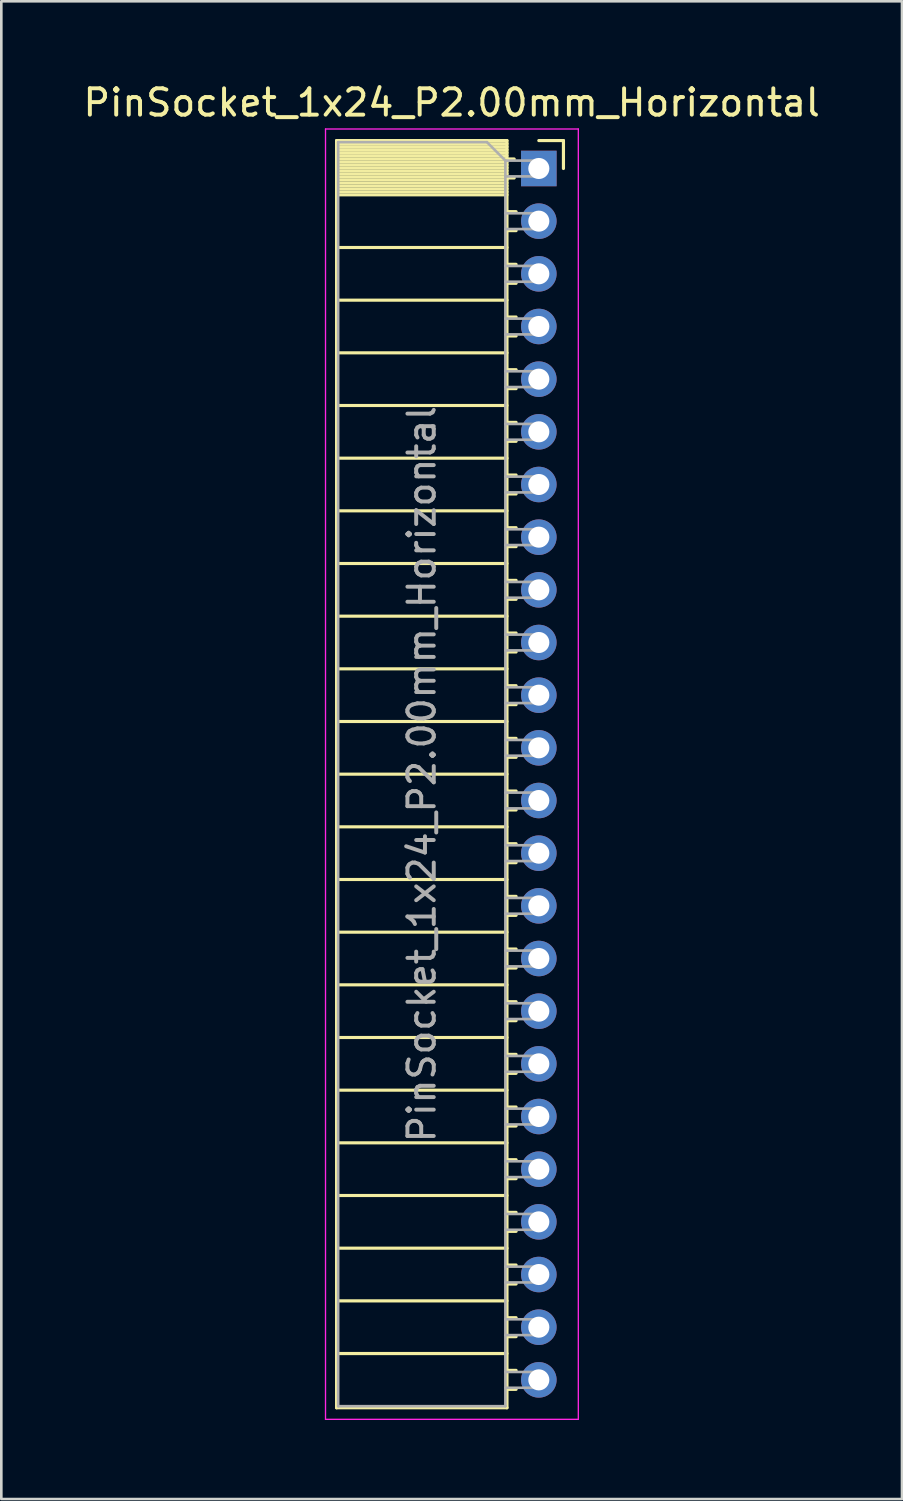
<source format=kicad_pcb>
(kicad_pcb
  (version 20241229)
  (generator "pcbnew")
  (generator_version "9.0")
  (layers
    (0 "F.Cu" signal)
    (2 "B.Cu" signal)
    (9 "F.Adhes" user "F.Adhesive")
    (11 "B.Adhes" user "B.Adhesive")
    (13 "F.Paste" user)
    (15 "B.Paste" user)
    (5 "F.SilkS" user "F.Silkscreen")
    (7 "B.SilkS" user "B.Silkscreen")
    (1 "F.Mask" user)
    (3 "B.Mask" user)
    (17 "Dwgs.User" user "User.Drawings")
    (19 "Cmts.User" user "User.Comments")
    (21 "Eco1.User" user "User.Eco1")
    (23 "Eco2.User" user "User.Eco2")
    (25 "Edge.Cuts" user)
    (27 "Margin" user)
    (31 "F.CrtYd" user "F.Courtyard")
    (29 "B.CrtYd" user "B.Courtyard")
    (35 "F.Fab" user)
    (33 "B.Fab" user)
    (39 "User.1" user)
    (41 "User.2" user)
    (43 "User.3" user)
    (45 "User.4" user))
  (footprint "PinSocket_1x24_P2.00mm_Horizontal"
    (layer "F.Cu")
    (at 17.411 3.348)
    (property "Reference" "PinSocket_1x24_P2.00mm_Horizontal" (at -3.31 -2.5 0) (layer "F.SilkS") (effects (font (size 1 1) (thickness 0.15))))
    (attr through_hole)
    (fp_line (start -7.68 -1.06) (end -7.68 47.06) (stroke (width 0.12) (type solid)) (layer "F.SilkS"))
    (fp_line (start -7.68 -1.06) (end -1.21 -1.06) (stroke (width 0.12) (type solid)) (layer "F.SilkS"))
    (fp_line (start -7.68 -0.94) (end -1.21 -0.94) (stroke (width 0.12) (type solid)) (layer "F.SilkS"))
    (fp_line (start -7.68 -0.826) (end -1.21 -0.826) (stroke (width 0.12) (type solid)) (layer "F.SilkS"))
    (fp_line (start -7.68 -0.712) (end -1.21 -0.712) (stroke (width 0.12) (type solid)) (layer "F.SilkS"))
    (fp_line (start -7.68 -0.598) (end -1.21 -0.598) (stroke (width 0.12) (type solid)) (layer "F.SilkS"))
    (fp_line (start -7.68 -0.484) (end -1.21 -0.484) (stroke (width 0.12) (type solid)) (layer "F.SilkS"))
    (fp_line (start -7.68 -0.369) (end -1.21 -0.369) (stroke (width 0.12) (type solid)) (layer "F.SilkS"))
    (fp_line (start -7.68 -0.255) (end -1.21 -0.255) (stroke (width 0.12) (type solid)) (layer "F.SilkS"))
    (fp_line (start -7.68 -0.141) (end -1.21 -0.141) (stroke (width 0.12) (type solid)) (layer "F.SilkS"))
    (fp_line (start -7.68 -0.027) (end -1.21 -0.027) (stroke (width 0.12) (type solid)) (layer "F.SilkS"))
    (fp_line (start -7.68 0.087) (end -1.21 0.087) (stroke (width 0.12) (type solid)) (layer "F.SilkS"))
    (fp_line (start -7.68 0.201) (end -1.21 0.201) (stroke (width 0.12) (type solid)) (layer "F.SilkS"))
    (fp_line (start -7.68 0.315) (end -1.21 0.315) (stroke (width 0.12) (type solid)) (layer "F.SilkS"))
    (fp_line (start -7.68 0.429) (end -1.21 0.429) (stroke (width 0.12) (type solid)) (layer "F.SilkS"))
    (fp_line (start -7.68 0.544) (end -1.21 0.544) (stroke (width 0.12) (type solid)) (layer "F.SilkS"))
    (fp_line (start -7.68 0.658) (end -1.21 0.658) (stroke (width 0.12) (type solid)) (layer "F.SilkS"))
    (fp_line (start -7.68 0.772) (end -1.21 0.772) (stroke (width 0.12) (type solid)) (layer "F.SilkS"))
    (fp_line (start -7.68 0.886) (end -1.21 0.886) (stroke (width 0.12) (type solid)) (layer "F.SilkS"))
    (fp_line (start -7.68 1) (end -1.21 1) (stroke (width 0.12) (type solid)) (layer "F.SilkS"))
    (fp_line (start -7.68 3) (end -1.21 3) (stroke (width 0.12) (type solid)) (layer "F.SilkS"))
    (fp_line (start -7.68 5) (end -1.21 5) (stroke (width 0.12) (type solid)) (layer "F.SilkS"))
    (fp_line (start -7.68 7) (end -1.21 7) (stroke (width 0.12) (type solid)) (layer "F.SilkS"))
    (fp_line (start -7.68 9) (end -1.21 9) (stroke (width 0.12) (type solid)) (layer "F.SilkS"))
    (fp_line (start -7.68 11) (end -1.21 11) (stroke (width 0.12) (type solid)) (layer "F.SilkS"))
    (fp_line (start -7.68 13) (end -1.21 13) (stroke (width 0.12) (type solid)) (layer "F.SilkS"))
    (fp_line (start -7.68 15) (end -1.21 15) (stroke (width 0.12) (type solid)) (layer "F.SilkS"))
    (fp_line (start -7.68 17) (end -1.21 17) (stroke (width 0.12) (type solid)) (layer "F.SilkS"))
    (fp_line (start -7.68 19) (end -1.21 19) (stroke (width 0.12) (type solid)) (layer "F.SilkS"))
    (fp_line (start -7.68 21) (end -1.21 21) (stroke (width 0.12) (type solid)) (layer "F.SilkS"))
    (fp_line (start -7.68 23) (end -1.21 23) (stroke (width 0.12) (type solid)) (layer "F.SilkS"))
    (fp_line (start -7.68 25) (end -1.21 25) (stroke (width 0.12) (type solid)) (layer "F.SilkS"))
    (fp_line (start -7.68 27) (end -1.21 27) (stroke (width 0.12) (type solid)) (layer "F.SilkS"))
    (fp_line (start -7.68 29) (end -1.21 29) (stroke (width 0.12) (type solid)) (layer "F.SilkS"))
    (fp_line (start -7.68 31) (end -1.21 31) (stroke (width 0.12) (type solid)) (layer "F.SilkS"))
    (fp_line (start -7.68 33) (end -1.21 33) (stroke (width 0.12) (type solid)) (layer "F.SilkS"))
    (fp_line (start -7.68 35) (end -1.21 35) (stroke (width 0.12) (type solid)) (layer "F.SilkS"))
    (fp_line (start -7.68 37) (end -1.21 37) (stroke (width 0.12) (type solid)) (layer "F.SilkS"))
    (fp_line (start -7.68 39) (end -1.21 39) (stroke (width 0.12) (type solid)) (layer "F.SilkS"))
    (fp_line (start -7.68 41) (end -1.21 41) (stroke (width 0.12) (type solid)) (layer "F.SilkS"))
    (fp_line (start -7.68 43) (end -1.21 43) (stroke (width 0.12) (type solid)) (layer "F.SilkS"))
    (fp_line (start -7.68 45) (end -1.21 45) (stroke (width 0.12) (type solid)) (layer "F.SilkS"))
    (fp_line (start -7.68 47.06) (end -1.21 47.06) (stroke (width 0.12) (type solid)) (layer "F.SilkS"))
    (fp_line (start -1.21 -1.06) (end -1.21 47.06) (stroke (width 0.12) (type solid)) (layer "F.SilkS"))
    (fp_line (start -1.21 -0.36) (end -0.935 -0.36) (stroke (width 0.12) (type solid)) (layer "F.SilkS"))
    (fp_line (start -1.21 0.36) (end -0.935 0.36) (stroke (width 0.12) (type solid)) (layer "F.SilkS"))
    (fp_line (start -1.21 1.64) (end -0.863 1.64) (stroke (width 0.12) (type solid)) (layer "F.SilkS"))
    (fp_line (start -1.21 2.36) (end -0.863 2.36) (stroke (width 0.12) (type solid)) (layer "F.SilkS"))
    (fp_line (start -1.21 3.64) (end -0.863 3.64) (stroke (width 0.12) (type solid)) (layer "F.SilkS"))
    (fp_line (start -1.21 4.36) (end -0.863 4.36) (stroke (width 0.12) (type solid)) (layer "F.SilkS"))
    (fp_line (start -1.21 5.64) (end -0.863 5.64) (stroke (width 0.12) (type solid)) (layer "F.SilkS"))
    (fp_line (start -1.21 6.36) (end -0.863 6.36) (stroke (width 0.12) (type solid)) (layer "F.SilkS"))
    (fp_line (start -1.21 7.64) (end -0.863 7.64) (stroke (width 0.12) (type solid)) (layer "F.SilkS"))
    (fp_line (start -1.21 8.36) (end -0.863 8.36) (stroke (width 0.12) (type solid)) (layer "F.SilkS"))
    (fp_line (start -1.21 9.64) (end -0.863 9.64) (stroke (width 0.12) (type solid)) (layer "F.SilkS"))
    (fp_line (start -1.21 10.36) (end -0.863 10.36) (stroke (width 0.12) (type solid)) (layer "F.SilkS"))
    (fp_line (start -1.21 11.64) (end -0.863 11.64) (stroke (width 0.12) (type solid)) (layer "F.SilkS"))
    (fp_line (start -1.21 12.36) (end -0.863 12.36) (stroke (width 0.12) (type solid)) (layer "F.SilkS"))
    (fp_line (start -1.21 13.64) (end -0.863 13.64) (stroke (width 0.12) (type solid)) (layer "F.SilkS"))
    (fp_line (start -1.21 14.36) (end -0.863 14.36) (stroke (width 0.12) (type solid)) (layer "F.SilkS"))
    (fp_line (start -1.21 15.64) (end -0.863 15.64) (stroke (width 0.12) (type solid)) (layer "F.SilkS"))
    (fp_line (start -1.21 16.36) (end -0.863 16.36) (stroke (width 0.12) (type solid)) (layer "F.SilkS"))
    (fp_line (start -1.21 17.64) (end -0.863 17.64) (stroke (width 0.12) (type solid)) (layer "F.SilkS"))
    (fp_line (start -1.21 18.36) (end -0.863 18.36) (stroke (width 0.12) (type solid)) (layer "F.SilkS"))
    (fp_line (start -1.21 19.64) (end -0.863 19.64) (stroke (width 0.12) (type solid)) (layer "F.SilkS"))
    (fp_line (start -1.21 20.36) (end -0.863 20.36) (stroke (width 0.12) (type solid)) (layer "F.SilkS"))
    (fp_line (start -1.21 21.64) (end -0.863 21.64) (stroke (width 0.12) (type solid)) (layer "F.SilkS"))
    (fp_line (start -1.21 22.36) (end -0.863 22.36) (stroke (width 0.12) (type solid)) (layer "F.SilkS"))
    (fp_line (start -1.21 23.64) (end -0.863 23.64) (stroke (width 0.12) (type solid)) (layer "F.SilkS"))
    (fp_line (start -1.21 24.36) (end -0.863 24.36) (stroke (width 0.12) (type solid)) (layer "F.SilkS"))
    (fp_line (start -1.21 25.64) (end -0.863 25.64) (stroke (width 0.12) (type solid)) (layer "F.SilkS"))
    (fp_line (start -1.21 26.36) (end -0.863 26.36) (stroke (width 0.12) (type solid)) (layer "F.SilkS"))
    (fp_line (start -1.21 27.64) (end -0.863 27.64) (stroke (width 0.12) (type solid)) (layer "F.SilkS"))
    (fp_line (start -1.21 28.36) (end -0.863 28.36) (stroke (width 0.12) (type solid)) (layer "F.SilkS"))
    (fp_line (start -1.21 29.64) (end -0.863 29.64) (stroke (width 0.12) (type solid)) (layer "F.SilkS"))
    (fp_line (start -1.21 30.36) (end -0.863 30.36) (stroke (width 0.12) (type solid)) (layer "F.SilkS"))
    (fp_line (start -1.21 31.64) (end -0.863 31.64) (stroke (width 0.12) (type solid)) (layer "F.SilkS"))
    (fp_line (start -1.21 32.36) (end -0.863 32.36) (stroke (width 0.12) (type solid)) (layer "F.SilkS"))
    (fp_line (start -1.21 33.64) (end -0.863 33.64) (stroke (width 0.12) (type solid)) (layer "F.SilkS"))
    (fp_line (start -1.21 34.36) (end -0.863 34.36) (stroke (width 0.12) (type solid)) (layer "F.SilkS"))
    (fp_line (start -1.21 35.64) (end -0.863 35.64) (stroke (width 0.12) (type solid)) (layer "F.SilkS"))
    (fp_line (start -1.21 36.36) (end -0.863 36.36) (stroke (width 0.12) (type solid)) (layer "F.SilkS"))
    (fp_line (start -1.21 37.64) (end -0.863 37.64) (stroke (width 0.12) (type solid)) (layer "F.SilkS"))
    (fp_line (start -1.21 38.36) (end -0.863 38.36) (stroke (width 0.12) (type solid)) (layer "F.SilkS"))
    (fp_line (start -1.21 39.64) (end -0.863 39.64) (stroke (width 0.12) (type solid)) (layer "F.SilkS"))
    (fp_line (start -1.21 40.36) (end -0.863 40.36) (stroke (width 0.12) (type solid)) (layer "F.SilkS"))
    (fp_line (start -1.21 41.64) (end -0.863 41.64) (stroke (width 0.12) (type solid)) (layer "F.SilkS"))
    (fp_line (start -1.21 42.36) (end -0.863 42.36) (stroke (width 0.12) (type solid)) (layer "F.SilkS"))
    (fp_line (start -1.21 43.64) (end -0.863 43.64) (stroke (width 0.12) (type solid)) (layer "F.SilkS"))
    (fp_line (start -1.21 44.36) (end -0.863 44.36) (stroke (width 0.12) (type solid)) (layer "F.SilkS"))
    (fp_line (start -1.21 45.64) (end -0.863 45.64) (stroke (width 0.12) (type solid)) (layer "F.SilkS"))
    (fp_line (start -1.21 46.36) (end -0.863 46.36) (stroke (width 0.12) (type solid)) (layer "F.SilkS"))
    (fp_line (start 0 -1.06) (end 0.935 -1.06) (stroke (width 0.12) (type solid)) (layer "F.SilkS"))
    (fp_line (start 0.935 -1.06) (end 0.935 0) (stroke (width 0.12) (type solid)) (layer "F.SilkS"))
    (fp_line (start -8.1 -1.5) (end -8.1 47.5) (stroke (width 0.05) (type solid)) (layer "F.CrtYd"))
    (fp_line (start -8.1 47.5) (end 1.5 47.5) (stroke (width 0.05) (type solid)) (layer "F.CrtYd"))
    (fp_line (start 1.5 -1.5) (end -8.1 -1.5) (stroke (width 0.05) (type solid)) (layer "F.CrtYd"))
    (fp_line (start 1.5 47.5) (end 1.5 -1.5) (stroke (width 0.05) (type solid)) (layer "F.CrtYd"))
    (fp_line (start -7.62 -1) (end -1.97 -1) (stroke (width 0.1) (type solid)) (layer "F.Fab"))
    (fp_line (start -7.62 47) (end -7.62 -1) (stroke (width 0.1) (type solid)) (layer "F.Fab"))
    (fp_line (start -1.97 -1) (end -1.27 -0.3) (stroke (width 0.1) (type solid)) (layer "F.Fab"))
    (fp_line (start -1.27 -0.3) (end -1.27 47) (stroke (width 0.1) (type solid)) (layer "F.Fab"))
    (fp_line (start -1.27 0.3) (end 0 0.3) (stroke (width 0.1) (type solid)) (layer "F.Fab"))
    (fp_line (start -1.27 2.3) (end 0 2.3) (stroke (width 0.1) (type solid)) (layer "F.Fab"))
    (fp_line (start -1.27 4.3) (end 0 4.3) (stroke (width 0.1) (type solid)) (layer "F.Fab"))
    (fp_line (start -1.27 6.3) (end 0 6.3) (stroke (width 0.1) (type solid)) (layer "F.Fab"))
    (fp_line (start -1.27 8.3) (end 0 8.3) (stroke (width 0.1) (type solid)) (layer "F.Fab"))
    (fp_line (start -1.27 10.3) (end 0 10.3) (stroke (width 0.1) (type solid)) (layer "F.Fab"))
    (fp_line (start -1.27 12.3) (end 0 12.3) (stroke (width 0.1) (type solid)) (layer "F.Fab"))
    (fp_line (start -1.27 14.3) (end 0 14.3) (stroke (width 0.1) (type solid)) (layer "F.Fab"))
    (fp_line (start -1.27 16.3) (end 0 16.3) (stroke (width 0.1) (type solid)) (layer "F.Fab"))
    (fp_line (start -1.27 18.3) (end 0 18.3) (stroke (width 0.1) (type solid)) (layer "F.Fab"))
    (fp_line (start -1.27 20.3) (end 0 20.3) (stroke (width 0.1) (type solid)) (layer "F.Fab"))
    (fp_line (start -1.27 22.3) (end 0 22.3) (stroke (width 0.1) (type solid)) (layer "F.Fab"))
    (fp_line (start -1.27 24.3) (end 0 24.3) (stroke (width 0.1) (type solid)) (layer "F.Fab"))
    (fp_line (start -1.27 26.3) (end 0 26.3) (stroke (width 0.1) (type solid)) (layer "F.Fab"))
    (fp_line (start -1.27 28.3) (end 0 28.3) (stroke (width 0.1) (type solid)) (layer "F.Fab"))
    (fp_line (start -1.27 30.3) (end 0 30.3) (stroke (width 0.1) (type solid)) (layer "F.Fab"))
    (fp_line (start -1.27 32.3) (end 0 32.3) (stroke (width 0.1) (type solid)) (layer "F.Fab"))
    (fp_line (start -1.27 34.3) (end 0 34.3) (stroke (width 0.1) (type solid)) (layer "F.Fab"))
    (fp_line (start -1.27 36.3) (end 0 36.3) (stroke (width 0.1) (type solid)) (layer "F.Fab"))
    (fp_line (start -1.27 38.3) (end 0 38.3) (stroke (width 0.1) (type solid)) (layer "F.Fab"))
    (fp_line (start -1.27 40.3) (end 0 40.3) (stroke (width 0.1) (type solid)) (layer "F.Fab"))
    (fp_line (start -1.27 42.3) (end 0 42.3) (stroke (width 0.1) (type solid)) (layer "F.Fab"))
    (fp_line (start -1.27 44.3) (end 0 44.3) (stroke (width 0.1) (type solid)) (layer "F.Fab"))
    (fp_line (start -1.27 46.3) (end 0 46.3) (stroke (width 0.1) (type solid)) (layer "F.Fab"))
    (fp_line (start -1.27 47) (end -7.62 47) (stroke (width 0.1) (type solid)) (layer "F.Fab"))
    (fp_line (start 0 -0.3) (end -1.27 -0.3) (stroke (width 0.1) (type solid)) (layer "F.Fab"))
    (fp_line (start 0 0.3) (end 0 -0.3) (stroke (width 0.1) (type solid)) (layer "F.Fab"))
    (fp_line (start 0 1.7) (end -1.27 1.7) (stroke (width 0.1) (type solid)) (layer "F.Fab"))
    (fp_line (start 0 2.3) (end 0 1.7) (stroke (width 0.1) (type solid)) (layer "F.Fab"))
    (fp_line (start 0 3.7) (end -1.27 3.7) (stroke (width 0.1) (type solid)) (layer "F.Fab"))
    (fp_line (start 0 4.3) (end 0 3.7) (stroke (width 0.1) (type solid)) (layer "F.Fab"))
    (fp_line (start 0 5.7) (end -1.27 5.7) (stroke (width 0.1) (type solid)) (layer "F.Fab"))
    (fp_line (start 0 6.3) (end 0 5.7) (stroke (width 0.1) (type solid)) (layer "F.Fab"))
    (fp_line (start 0 7.7) (end -1.27 7.7) (stroke (width 0.1) (type solid)) (layer "F.Fab"))
    (fp_line (start 0 8.3) (end 0 7.7) (stroke (width 0.1) (type solid)) (layer "F.Fab"))
    (fp_line (start 0 9.7) (end -1.27 9.7) (stroke (width 0.1) (type solid)) (layer "F.Fab"))
    (fp_line (start 0 10.3) (end 0 9.7) (stroke (width 0.1) (type solid)) (layer "F.Fab"))
    (fp_line (start 0 11.7) (end -1.27 11.7) (stroke (width 0.1) (type solid)) (layer "F.Fab"))
    (fp_line (start 0 12.3) (end 0 11.7) (stroke (width 0.1) (type solid)) (layer "F.Fab"))
    (fp_line (start 0 13.7) (end -1.27 13.7) (stroke (width 0.1) (type solid)) (layer "F.Fab"))
    (fp_line (start 0 14.3) (end 0 13.7) (stroke (width 0.1) (type solid)) (layer "F.Fab"))
    (fp_line (start 0 15.7) (end -1.27 15.7) (stroke (width 0.1) (type solid)) (layer "F.Fab"))
    (fp_line (start 0 16.3) (end 0 15.7) (stroke (width 0.1) (type solid)) (layer "F.Fab"))
    (fp_line (start 0 17.7) (end -1.27 17.7) (stroke (width 0.1) (type solid)) (layer "F.Fab"))
    (fp_line (start 0 18.3) (end 0 17.7) (stroke (width 0.1) (type solid)) (layer "F.Fab"))
    (fp_line (start 0 19.7) (end -1.27 19.7) (stroke (width 0.1) (type solid)) (layer "F.Fab"))
    (fp_line (start 0 20.3) (end 0 19.7) (stroke (width 0.1) (type solid)) (layer "F.Fab"))
    (fp_line (start 0 21.7) (end -1.27 21.7) (stroke (width 0.1) (type solid)) (layer "F.Fab"))
    (fp_line (start 0 22.3) (end 0 21.7) (stroke (width 0.1) (type solid)) (layer "F.Fab"))
    (fp_line (start 0 23.7) (end -1.27 23.7) (stroke (width 0.1) (type solid)) (layer "F.Fab"))
    (fp_line (start 0 24.3) (end 0 23.7) (stroke (width 0.1) (type solid)) (layer "F.Fab"))
    (fp_line (start 0 25.7) (end -1.27 25.7) (stroke (width 0.1) (type solid)) (layer "F.Fab"))
    (fp_line (start 0 26.3) (end 0 25.7) (stroke (width 0.1) (type solid)) (layer "F.Fab"))
    (fp_line (start 0 27.7) (end -1.27 27.7) (stroke (width 0.1) (type solid)) (layer "F.Fab"))
    (fp_line (start 0 28.3) (end 0 27.7) (stroke (width 0.1) (type solid)) (layer "F.Fab"))
    (fp_line (start 0 29.7) (end -1.27 29.7) (stroke (width 0.1) (type solid)) (layer "F.Fab"))
    (fp_line (start 0 30.3) (end 0 29.7) (stroke (width 0.1) (type solid)) (layer "F.Fab"))
    (fp_line (start 0 31.7) (end -1.27 31.7) (stroke (width 0.1) (type solid)) (layer "F.Fab"))
    (fp_line (start 0 32.3) (end 0 31.7) (stroke (width 0.1) (type solid)) (layer "F.Fab"))
    (fp_line (start 0 33.7) (end -1.27 33.7) (stroke (width 0.1) (type solid)) (layer "F.Fab"))
    (fp_line (start 0 34.3) (end 0 33.7) (stroke (width 0.1) (type solid)) (layer "F.Fab"))
    (fp_line (start 0 35.7) (end -1.27 35.7) (stroke (width 0.1) (type solid)) (layer "F.Fab"))
    (fp_line (start 0 36.3) (end 0 35.7) (stroke (width 0.1) (type solid)) (layer "F.Fab"))
    (fp_line (start 0 37.7) (end -1.27 37.7) (stroke (width 0.1) (type solid)) (layer "F.Fab"))
    (fp_line (start 0 38.3) (end 0 37.7) (stroke (width 0.1) (type solid)) (layer "F.Fab"))
    (fp_line (start 0 39.7) (end -1.27 39.7) (stroke (width 0.1) (type solid)) (layer "F.Fab"))
    (fp_line (start 0 40.3) (end 0 39.7) (stroke (width 0.1) (type solid)) (layer "F.Fab"))
    (fp_line (start 0 41.7) (end -1.27 41.7) (stroke (width 0.1) (type solid)) (layer "F.Fab"))
    (fp_line (start 0 42.3) (end 0 41.7) (stroke (width 0.1) (type solid)) (layer "F.Fab"))
    (fp_line (start 0 43.7) (end -1.27 43.7) (stroke (width 0.1) (type solid)) (layer "F.Fab"))
    (fp_line (start 0 44.3) (end 0 43.7) (stroke (width 0.1) (type solid)) (layer "F.Fab"))
    (fp_line (start 0 45.7) (end -1.27 45.7) (stroke (width 0.1) (type solid)) (layer "F.Fab"))
    (fp_line (start 0 46.3) (end 0 45.7) (stroke (width 0.1) (type solid)) (layer "F.Fab"))
    (fp_text user "${REFERENCE}" (at -4.445 23 90) (layer "F.Fab") (effects (font (size 1 1) (thickness 0.15))))
    (pad "1" thru_hole rect (at 0 0) (size 1.35 1.35) (drill 0.8) (layers "*.Cu" "*.Mask"))
    (pad "2" thru_hole circle (at 0 2) (size 1.35 1.35) (drill 0.8) (layers "*.Cu" "*.Mask"))
    (pad "3" thru_hole circle (at 0 4) (size 1.35 1.35) (drill 0.8) (layers "*.Cu" "*.Mask"))
    (pad "4" thru_hole circle (at 0 6) (size 1.35 1.35) (drill 0.8) (layers "*.Cu" "*.Mask"))
    (pad "5" thru_hole circle (at 0 8) (size 1.35 1.35) (drill 0.8) (layers "*.Cu" "*.Mask"))
    (pad "6" thru_hole circle (at 0 10) (size 1.35 1.35) (drill 0.8) (layers "*.Cu" "*.Mask"))
    (pad "7" thru_hole circle (at 0 12) (size 1.35 1.35) (drill 0.8) (layers "*.Cu" "*.Mask"))
    (pad "8" thru_hole circle (at 0 14) (size 1.35 1.35) (drill 0.8) (layers "*.Cu" "*.Mask"))
    (pad "9" thru_hole circle (at 0 16) (size 1.35 1.35) (drill 0.8) (layers "*.Cu" "*.Mask"))
    (pad "10" thru_hole circle (at 0 18) (size 1.35 1.35) (drill 0.8) (layers "*.Cu" "*.Mask"))
    (pad "11" thru_hole circle (at 0 20) (size 1.35 1.35) (drill 0.8) (layers "*.Cu" "*.Mask"))
    (pad "12" thru_hole circle (at 0 22) (size 1.35 1.35) (drill 0.8) (layers "*.Cu" "*.Mask"))
    (pad "13" thru_hole circle (at 0 24) (size 1.35 1.35) (drill 0.8) (layers "*.Cu" "*.Mask"))
    (pad "14" thru_hole circle (at 0 26) (size 1.35 1.35) (drill 0.8) (layers "*.Cu" "*.Mask"))
    (pad "15" thru_hole circle (at 0 28) (size 1.35 1.35) (drill 0.8) (layers "*.Cu" "*.Mask"))
    (pad "16" thru_hole circle (at 0 30) (size 1.35 1.35) (drill 0.8) (layers "*.Cu" "*.Mask"))
    (pad "17" thru_hole circle (at 0 32) (size 1.35 1.35) (drill 0.8) (layers "*.Cu" "*.Mask"))
    (pad "18" thru_hole circle (at 0 34) (size 1.35 1.35) (drill 0.8) (layers "*.Cu" "*.Mask"))
    (pad "19" thru_hole circle (at 0 36) (size 1.35 1.35) (drill 0.8) (layers "*.Cu" "*.Mask"))
    (pad "20" thru_hole circle (at 0 38) (size 1.35 1.35) (drill 0.8) (layers "*.Cu" "*.Mask"))
    (pad "21" thru_hole circle (at 0 40) (size 1.35 1.35) (drill 0.8) (layers "*.Cu" "*.Mask"))
    (pad "22" thru_hole circle (at 0 42) (size 1.35 1.35) (drill 0.8) (layers "*.Cu" "*.Mask"))
    (pad "23" thru_hole circle (at 0 44) (size 1.35 1.35) (drill 0.8) (layers "*.Cu" "*.Mask"))
    (pad "24" thru_hole circle (at 0 46) (size 1.35 1.35) (drill 0.8) (layers "*.Cu" "*.Mask")))
  (gr_rect
    (start -3 -3)
    (end 31.202 53.873)
    (stroke (width 0.1) (type default))
    (fill no)
    (layer "Edge.Cuts")))
</source>
